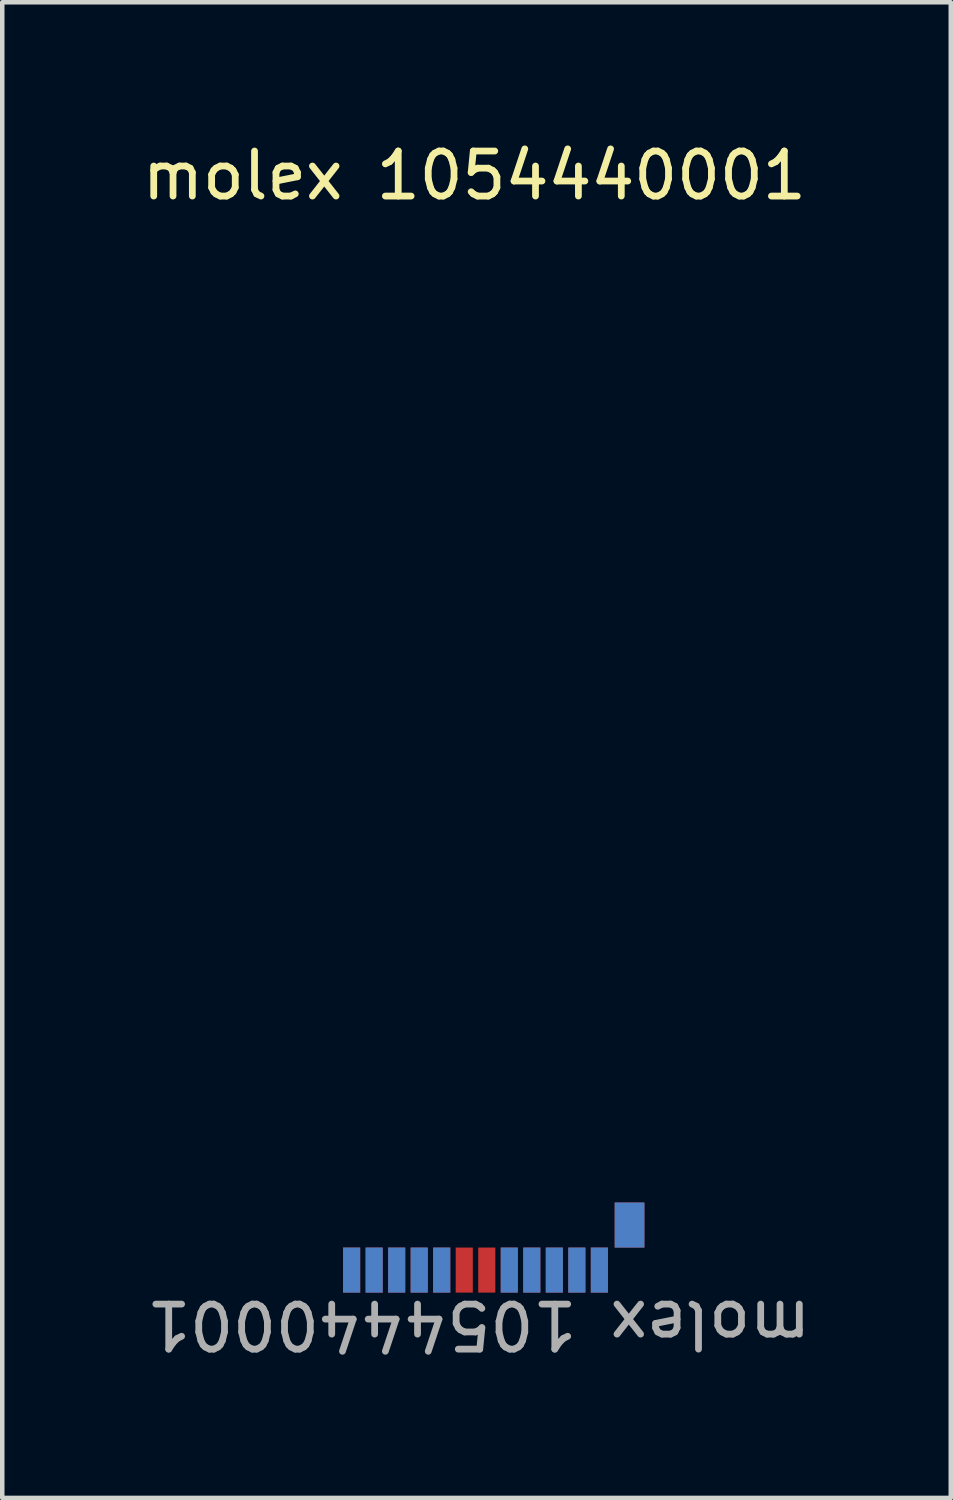
<source format=kicad_pcb>
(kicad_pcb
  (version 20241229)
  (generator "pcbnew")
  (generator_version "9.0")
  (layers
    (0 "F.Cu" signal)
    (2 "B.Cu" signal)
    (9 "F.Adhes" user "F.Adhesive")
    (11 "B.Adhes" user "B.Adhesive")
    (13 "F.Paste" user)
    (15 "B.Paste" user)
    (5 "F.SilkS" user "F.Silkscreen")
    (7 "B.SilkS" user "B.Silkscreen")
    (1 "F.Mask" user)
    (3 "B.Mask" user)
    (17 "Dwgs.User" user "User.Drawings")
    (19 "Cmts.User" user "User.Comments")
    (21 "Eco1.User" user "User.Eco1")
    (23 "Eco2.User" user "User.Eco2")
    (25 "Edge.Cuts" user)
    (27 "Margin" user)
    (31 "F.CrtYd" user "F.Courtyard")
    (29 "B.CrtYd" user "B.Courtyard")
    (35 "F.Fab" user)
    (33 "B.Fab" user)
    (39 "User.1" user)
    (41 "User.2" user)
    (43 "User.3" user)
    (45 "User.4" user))
  (footprint "molex 1054440001"
    (layer "F.Cu")
    (at 7.507 25.148)
    (property "Reference" "molex 1054440001" (at -0.025 -24.3 0) (unlocked yes) (layer "F.SilkS") (effects (font (size 1 1) (thickness 0.15))))
    (attr smd)
    (fp_text user "${REFERENCE}" (at 0.07 1.21 180) (unlocked yes) (layer "F.Fab") (effects (font (size 1 1) (thickness 0.15))))
    (pad "A1" smd rect (at 2.75 0 270) (size 1 0.38) (layers "F.Cu" "F.Mask" "F.Paste"))
    (pad "A2" smd rect (at 2.25 0 270) (size 1 0.38) (layers "F.Cu" "F.Mask" "F.Paste"))
    (pad "A3" smd rect (at 1.75 0 270) (size 1 0.38) (layers "F.Cu" "F.Mask" "F.Paste"))
    (pad "A4" smd rect (at 1.25 0 270) (size 1 0.38) (layers "F.Cu" "F.Mask" "F.Paste"))
    (pad "A5" smd rect (at 0.75 0 270) (size 1 0.38) (layers "F.Cu" "F.Mask" "F.Paste"))
    (pad "A6" smd rect (at 0.25 0 270) (size 1 0.38) (layers "F.Cu" "F.Mask" "F.Paste"))
    (pad "A7" smd rect (at -0.25 0 270) (size 1 0.38) (layers "F.Cu" "F.Mask" "F.Paste"))
    (pad "A8" smd rect (at -0.75 0 270) (size 1 0.38) (layers "F.Cu" "F.Mask" "F.Paste"))
    (pad "A9" smd rect (at -1.25 0 270) (size 1 0.38) (layers "F.Cu" "F.Mask" "F.Paste"))
    (pad "A10" smd rect (at -1.75 0 270) (size 1 0.38) (layers "F.Cu" "F.Mask" "F.Paste"))
    (pad "A11" smd rect (at -2.25 0 270) (size 1 0.38) (layers "F.Cu" "F.Mask" "F.Paste"))
    (pad "A12" smd rect (at -2.75 0 270) (size 1 0.38) (layers "F.Cu" "F.Mask" "F.Paste"))
    (pad "B1" smd rect (at -2.75 0 90) (size 1 0.38) (layers "B.Cu" "B.Mask" "B.Paste"))
    (pad "B2" smd rect (at -2.25 0 90) (size 1 0.38) (layers "B.Cu" "B.Mask" "B.Paste"))
    (pad "B3" smd rect (at -1.75 0 90) (size 1 0.38) (layers "B.Cu" "B.Mask" "B.Paste"))
    (pad "B4" smd rect (at -1.25 0 90) (size 1 0.38) (layers "B.Cu" "B.Mask" "B.Paste"))
    (pad "B5" smd rect (at -0.75 0 90) (size 1 0.38) (layers "B.Cu" "B.Mask" "B.Paste"))
    (pad "B8" smd rect (at 0.75 0 90) (size 1 0.38) (layers "B.Cu" "B.Mask" "B.Paste"))
    (pad "B9" smd rect (at 1.25 0 90) (size 1 0.38) (layers "B.Cu" "B.Mask" "B.Paste"))
    (pad "B10" smd rect (at 1.75 0 90) (size 1 0.38) (layers "B.Cu" "B.Mask" "B.Paste"))
    (pad "B11" smd rect (at 2.25 0 90) (size 1 0.38) (layers "B.Cu" "B.Mask" "B.Paste"))
    (pad "B12" smd rect (at 2.75 0 90) (size 1 0.38) (layers "B.Cu" "B.Mask" "B.Paste"))
    (pad "S1" smd rect (at 3.42 -1 90) (size 1 0.66) (layers "F.Cu" "F.Mask" "F.Paste"))
    (pad "S1" smd rect (at 3.42 -1 270) (size 1 0.66) (layers "B.Cu" "B.Mask" "B.Paste")))
  (gr_rect
    (start -3 -3)
    (end 18.059 30.206)
    (stroke (width 0.1) (type default))
    (fill no)
    (layer "Edge.Cuts")))
</source>
